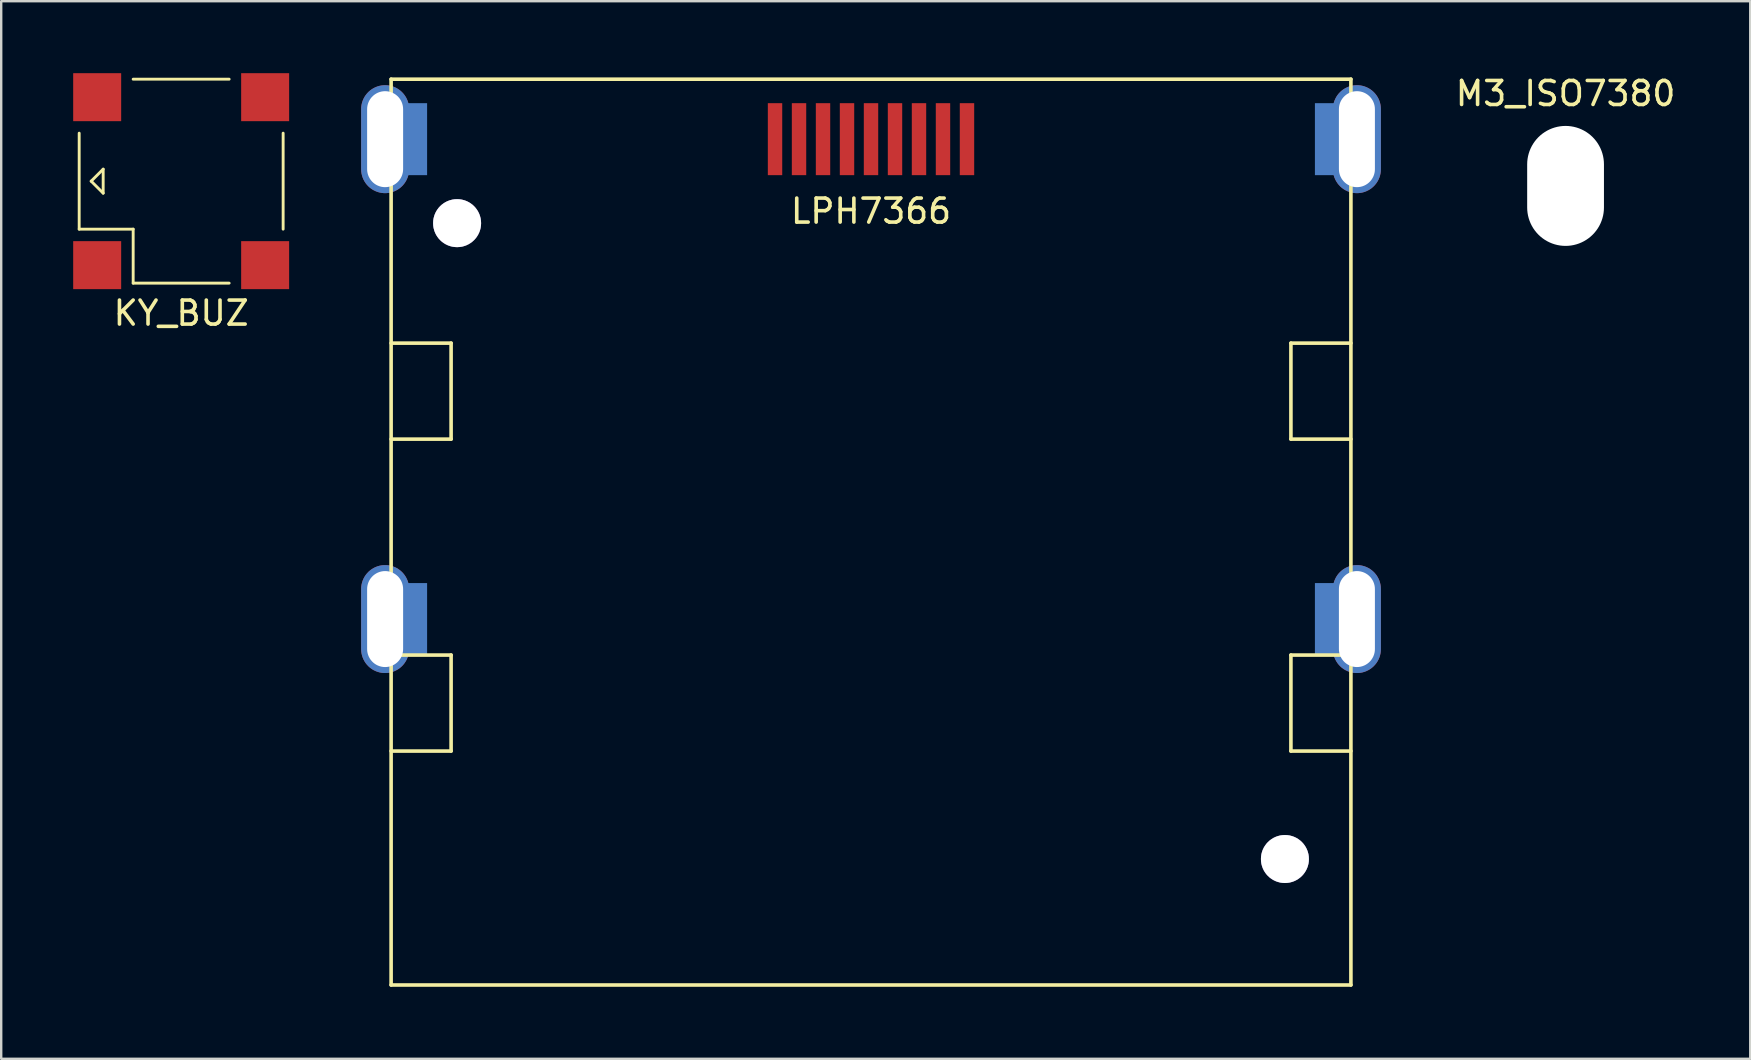
<source format=kicad_pcb>
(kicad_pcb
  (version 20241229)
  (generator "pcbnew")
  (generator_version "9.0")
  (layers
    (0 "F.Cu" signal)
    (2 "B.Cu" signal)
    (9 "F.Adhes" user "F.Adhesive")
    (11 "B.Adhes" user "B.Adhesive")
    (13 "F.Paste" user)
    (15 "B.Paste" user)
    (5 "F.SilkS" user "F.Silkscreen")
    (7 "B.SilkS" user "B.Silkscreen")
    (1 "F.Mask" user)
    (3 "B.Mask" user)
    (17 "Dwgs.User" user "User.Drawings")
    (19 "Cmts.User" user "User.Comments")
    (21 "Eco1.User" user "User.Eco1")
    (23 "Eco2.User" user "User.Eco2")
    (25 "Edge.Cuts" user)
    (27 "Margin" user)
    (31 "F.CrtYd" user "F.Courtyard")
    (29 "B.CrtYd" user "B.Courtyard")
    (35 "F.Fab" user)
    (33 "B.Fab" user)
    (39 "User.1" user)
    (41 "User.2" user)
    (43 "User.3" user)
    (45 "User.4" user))
  (footprint "M3_ISO7380"
    (layer "F.Cu")
    (at 62.196 4.698)
    (property "Reference" "M3_ISO7380" (at 0 -3.85 0) (layer "F.SilkS") (effects (font (size 1 1) (thickness 0.15))))
    (attr exclude_from_pos_files exclude_from_bom)
    (pad "" np_thru_hole oval (at 0 0) (size 3.2 5) (drill oval 3.2 5) (layers "*.Cu" "*.Mask")))
  (footprint "KY_BUZ"
    (layer "F.Cu")
    (at 4.5 4.5)
    (property "Reference" "KY_BUZ" (at 0 5.5 0) (unlocked yes) (layer "F.SilkS") (effects (font (size 1 1) (thickness 0.15))))
    (attr through_hole)
    (fp_line (start -4.25 2) (end -4.25 -2) (stroke (width 0.12) (type solid)) (layer "F.SilkS"))
    (fp_line (start -4.25 2) (end -2 2) (stroke (width 0.12) (type solid)) (layer "F.SilkS"))
    (fp_line (start -3.75 0) (end -3.25 -0.5) (stroke (width 0.12) (type solid)) (layer "F.SilkS"))
    (fp_line (start -3.25 -0.5) (end -3.25 0.5) (stroke (width 0.12) (type solid)) (layer "F.SilkS"))
    (fp_line (start -3.25 0.5) (end -3.75 0) (stroke (width 0.12) (type solid)) (layer "F.SilkS"))
    (fp_line (start -2 -4.25) (end 2 -4.25) (stroke (width 0.12) (type solid)) (layer "F.SilkS"))
    (fp_line (start -2 2) (end -2 4.25) (stroke (width 0.12) (type solid)) (layer "F.SilkS"))
    (fp_line (start 2 4.25) (end -2 4.25) (stroke (width 0.12) (type solid)) (layer "F.SilkS"))
    (fp_line (start 4.25 -2) (end 4.25 2) (stroke (width 0.12) (type solid)) (layer "F.SilkS"))
    (pad "" smd rect (at -3.5 -3.5) (size 2 2) (layers "F.Cu" "F.Mask"))
    (pad "" smd rect (at -3.5 3.5) (size 2 2) (layers "F.Cu" "F.Mask"))
    (pad "1" smd rect (at 3.5 3.5) (size 2 2) (layers "F.Cu" "F.Mask"))
    (pad "2" smd rect (at 3.5 -3.5) (size 2 2) (layers "F.Cu" "F.Mask")))
  (footprint "LPH7366"
    (layer "F.Cu")
    (at 33.25 0.25)
    (property "Reference" "LPH7366" (at 0 5.5 0) (layer "F.SilkS") (effects (font (size 1 1) (thickness 0.15))))
    (attr through_hole)
    (fp_line (start -20 0) (end -20 37.75) (stroke (width 0.15) (type solid)) (layer "F.SilkS"))
    (fp_line (start -20 0) (end 20 0) (stroke (width 0.15) (type solid)) (layer "F.SilkS"))
    (fp_line (start -20 11) (end -17.5 11) (stroke (width 0.15) (type solid)) (layer "F.SilkS"))
    (fp_line (start -20 24) (end -17.5 24) (stroke (width 0.15) (type solid)) (layer "F.SilkS"))
    (fp_line (start -17.5 11) (end -17.5 15) (stroke (width 0.15) (type solid)) (layer "F.SilkS"))
    (fp_line (start -17.5 15) (end -20 15) (stroke (width 0.15) (type solid)) (layer "F.SilkS"))
    (fp_line (start -17.5 24) (end -17.5 28) (stroke (width 0.15) (type solid)) (layer "F.SilkS"))
    (fp_line (start -17.5 28) (end -20 28) (stroke (width 0.15) (type solid)) (layer "F.SilkS"))
    (fp_line (start 17.5 11) (end 17.5 15) (stroke (width 0.15) (type solid)) (layer "F.SilkS"))
    (fp_line (start 17.5 15) (end 20 15) (stroke (width 0.15) (type solid)) (layer "F.SilkS"))
    (fp_line (start 17.5 24) (end 17.5 28) (stroke (width 0.15) (type solid)) (layer "F.SilkS"))
    (fp_line (start 17.5 28) (end 20 28) (stroke (width 0.15) (type solid)) (layer "F.SilkS"))
    (fp_line (start 20 0) (end 20 37.75) (stroke (width 0.15) (type solid)) (layer "F.SilkS"))
    (fp_line (start 20 11) (end 17.5 11) (stroke (width 0.15) (type solid)) (layer "F.SilkS"))
    (fp_line (start 20 24) (end 17.5 24) (stroke (width 0.15) (type solid)) (layer "F.SilkS"))
    (fp_line (start 20 37.75) (end -20 37.75) (stroke (width 0.15) (type solid)) (layer "F.SilkS"))
    (pad "" thru_hole oval (at -20.25 2.5) (size 2 4.5) (drill oval 1.5 4) (layers "B.Cu" "B.Mask"))
    (pad "" thru_hole oval (at -20.25 22.5) (size 2 4.5) (drill oval 1.5 4) (layers "B.Cu" "B.Mask"))
    (pad "" smd rect (at -19 2.5) (size 1 3) (layers "B.Cu" "B.Mask"))
    (pad "" smd rect (at -19 22.5) (size 1 3) (layers "B.Cu" "B.Mask"))
    (pad "" thru_hole circle (at -17.25 6) (size 2 2) (drill 2) (layers "*.Cu"))
    (pad "" thru_hole circle (at 17.25 32.5) (size 2 2) (drill 2) (layers "*.Cu"))
    (pad "" smd rect (at 19 2.5) (size 1 3) (layers "B.Cu" "B.Mask"))
    (pad "" smd rect (at 19 22.5) (size 1 3) (layers "B.Cu" "B.Mask"))
    (pad "" thru_hole oval (at 20.25 2.5) (size 2 4.5) (drill oval 1.5 4) (layers "B.Cu" "B.Mask"))
    (pad "" thru_hole oval (at 20.25 22.5) (size 2 4.5) (drill oval 1.5 4) (layers "B.Cu" "B.Mask"))
    (pad "1" smd rect (at -4 2.5) (size 0.6 3) (layers "F.Cu" "F.Mask"))
    (pad "2" smd rect (at -3 2.5) (size 0.6 3) (layers "F.Cu" "F.Mask"))
    (pad "3" smd rect (at -2 2.5) (size 0.6 3) (layers "F.Cu" "F.Mask"))
    (pad "4" smd rect (at -1 2.5) (size 0.6 3) (layers "F.Cu" "F.Mask"))
    (pad "5" smd rect (at 0 2.5) (size 0.6 3) (layers "F.Cu" "F.Mask"))
    (pad "6" smd rect (at 1 2.5) (size 0.6 3) (layers "F.Cu" "F.Mask"))
    (pad "7" smd rect (at 2 2.5) (size 0.6 3) (layers "F.Cu" "F.Mask"))
    (pad "8" smd rect (at 3 2.5) (size 0.6 3) (layers "F.Cu" "F.Mask"))
    (pad "9" smd rect (at 4 2.5) (size 0.6 3) (layers "F.Cu" "F.Mask")))
  (gr_rect
    (start -3 -3)
    (end 69.893 41.075)
    (stroke (width 0.1) (type default))
    (fill no)
    (layer "Edge.Cuts")))
</source>
